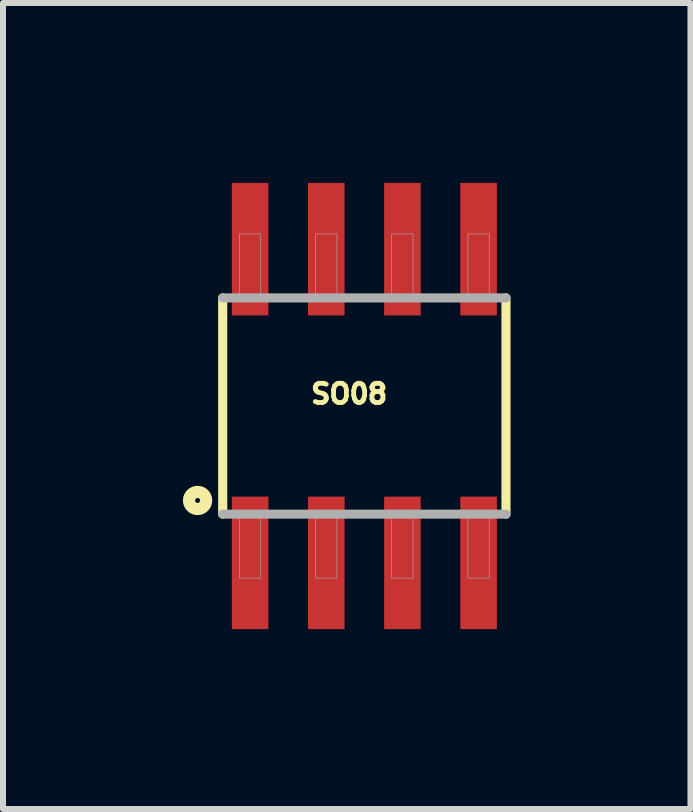
<source format=kicad_pcb>
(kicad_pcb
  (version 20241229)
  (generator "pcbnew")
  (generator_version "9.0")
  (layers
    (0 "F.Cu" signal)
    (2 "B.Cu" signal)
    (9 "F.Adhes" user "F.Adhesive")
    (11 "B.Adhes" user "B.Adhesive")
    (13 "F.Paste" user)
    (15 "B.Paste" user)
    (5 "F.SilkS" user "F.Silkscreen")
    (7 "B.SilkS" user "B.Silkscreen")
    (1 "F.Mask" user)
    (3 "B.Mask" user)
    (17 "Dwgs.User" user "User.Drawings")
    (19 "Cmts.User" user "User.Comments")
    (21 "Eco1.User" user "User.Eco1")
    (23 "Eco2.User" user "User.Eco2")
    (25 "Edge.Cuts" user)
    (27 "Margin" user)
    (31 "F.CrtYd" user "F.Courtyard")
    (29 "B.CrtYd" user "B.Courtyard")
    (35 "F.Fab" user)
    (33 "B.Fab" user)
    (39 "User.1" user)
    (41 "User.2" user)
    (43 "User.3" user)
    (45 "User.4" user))
  (footprint "SO08"
    (layer "F.Cu")
    (at 3.026 3.721)
    (property "Reference" "SO08" (at -0.254 -0.203 0) (layer "F.SilkS") (effects (font (size 0.32 0.32) (thickness 0.15))))
    (attr smd)
    (fp_line (start -2.362 -1.803) (end -2.362 1.803) (stroke (width 0.152) (type solid)) (layer "F.SilkS"))
    (fp_line (start 2.362 1.803) (end 2.362 -1.803) (stroke (width 0.152) (type solid)) (layer "F.SilkS"))
    (fp_circle (center -2.781 1.575) (end -2.638 1.575) (stroke (width 0.203) (type solid)) (fill no) (layer "F.SilkS"))
    (fp_line (start -2.362 1.803) (end 2.362 1.803) (stroke (width 0.152) (type solid)) (layer "F.Fab"))
    (fp_line (start 2.362 -1.803) (end -2.362 -1.803) (stroke (width 0.152) (type solid)) (layer "F.Fab"))
    (fp_poly (pts (xy -2.083 -2.87) (xy -1.727 -2.87) (xy -1.727 -1.854) (xy -2.083 -1.854)) (stroke (width 0.01) (type solid)) (fill no) (layer "F.Fab"))
    (fp_poly (pts (xy -2.083 1.854) (xy -1.727 1.854) (xy -1.727 2.87) (xy -2.083 2.87)) (stroke (width 0.01) (type solid)) (fill no) (layer "F.Fab"))
    (fp_poly (pts (xy -0.813 -2.87) (xy -0.457 -2.87) (xy -0.457 -1.854) (xy -0.813 -1.854)) (stroke (width 0.01) (type solid)) (fill no) (layer "F.Fab"))
    (fp_poly (pts (xy -0.813 1.854) (xy -0.457 1.854) (xy -0.457 2.87) (xy -0.813 2.87)) (stroke (width 0.01) (type solid)) (fill no) (layer "F.Fab"))
    (fp_poly (pts (xy 0.457 -2.87) (xy 0.813 -2.87) (xy 0.813 -1.854) (xy 0.457 -1.854)) (stroke (width 0.01) (type solid)) (fill no) (layer "F.Fab"))
    (fp_poly (pts (xy 0.457 1.854) (xy 0.813 1.854) (xy 0.813 2.87) (xy 0.457 2.87)) (stroke (width 0.01) (type solid)) (fill no) (layer "F.Fab"))
    (fp_poly (pts (xy 1.727 -2.87) (xy 2.083 -2.87) (xy 2.083 -1.854) (xy 1.727 -1.854)) (stroke (width 0.01) (type solid)) (fill no) (layer "F.Fab"))
    (fp_poly (pts (xy 1.727 1.854) (xy 2.083 1.854) (xy 2.083 2.87) (xy 1.727 2.87)) (stroke (width 0.01) (type solid)) (fill no) (layer "F.Fab"))
    (pad "1" smd rect (at -1.905 2.616) (size 0.61 2.21) (layers "F.Cu" "F.Mask" "F.Paste"))
    (pad "2" smd rect (at -0.635 2.616) (size 0.61 2.21) (layers "F.Cu" "F.Mask" "F.Paste"))
    (pad "3" smd rect (at 0.635 2.616) (size 0.61 2.21) (layers "F.Cu" "F.Mask" "F.Paste"))
    (pad "4" smd rect (at 1.905 2.616) (size 0.61 2.21) (layers "F.Cu" "F.Mask" "F.Paste"))
    (pad "5" smd rect (at 1.905 -2.616) (size 0.61 2.21) (layers "F.Cu" "F.Mask" "F.Paste"))
    (pad "6" smd rect (at 0.635 -2.616) (size 0.61 2.21) (layers "F.Cu" "F.Mask" "F.Paste"))
    (pad "7" smd rect (at -0.635 -2.616) (size 0.61 2.21) (layers "F.Cu" "F.Mask" "F.Paste"))
    (pad "8" smd rect (at -1.905 -2.616) (size 0.61 2.21) (layers "F.Cu" "F.Mask" "F.Paste")))
  (gr_rect
    (start -3 -3)
    (end 8.465 10.442)
    (stroke (width 0.1) (type default))
    (fill no)
    (layer "Edge.Cuts")))
</source>
